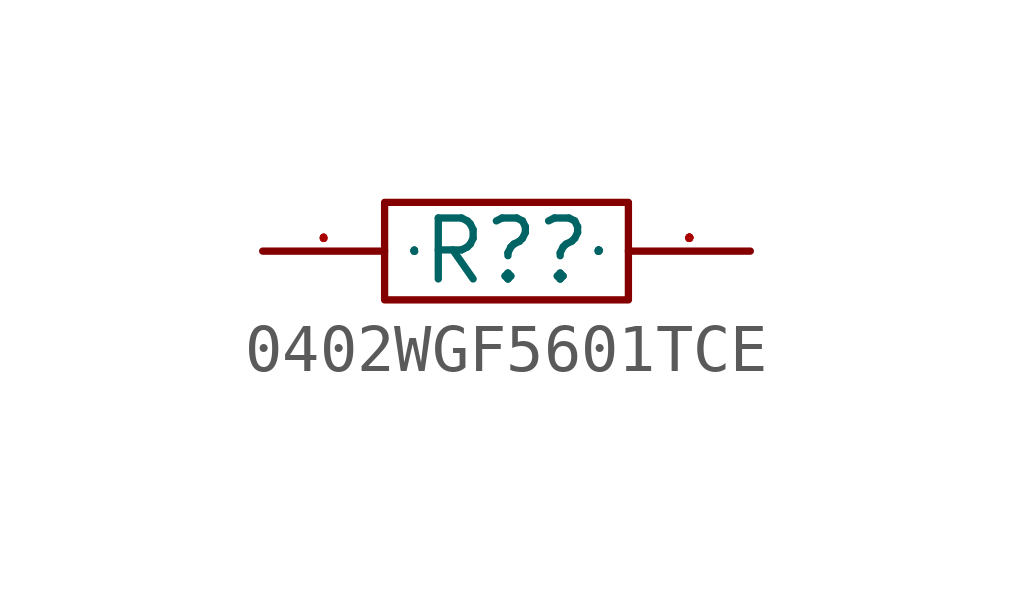
<source format=kicad_sym>
(kicad_symbol_lib
  (version 20231120)
  (generator "kicad_symbol_editor")
  (generator_version "8.0")
  (symbol "0402WGF5601TCE"
    (property "Reference" "R?"
      (at 0 0 0)
      (effects (font (size 1.27 1.27))))
    (property "Value" ""
      (at 0 0 0)
      (effects (font (size 1.27 1.27))))
    (symbol "0402WGF5601TCE_1_0"
      (rectangle (start -2.54 -1.016) (end 2.54 1.016) (stroke (width 0) (type default)) (fill (type none)))
      (pin input line (at -5.08 0 0) (length 2.54) (name "1" (effects (font (size 0.025 0.025)))) (number "1" (effects (font (size 0.025 0.025)))))
      (pin input line (at 5.08 0 180) (length 2.54) (name "2" (effects (font (size 0.025 0.025)))) (number "2" (effects (font (size 0.025 0.025))))))))
</source>
